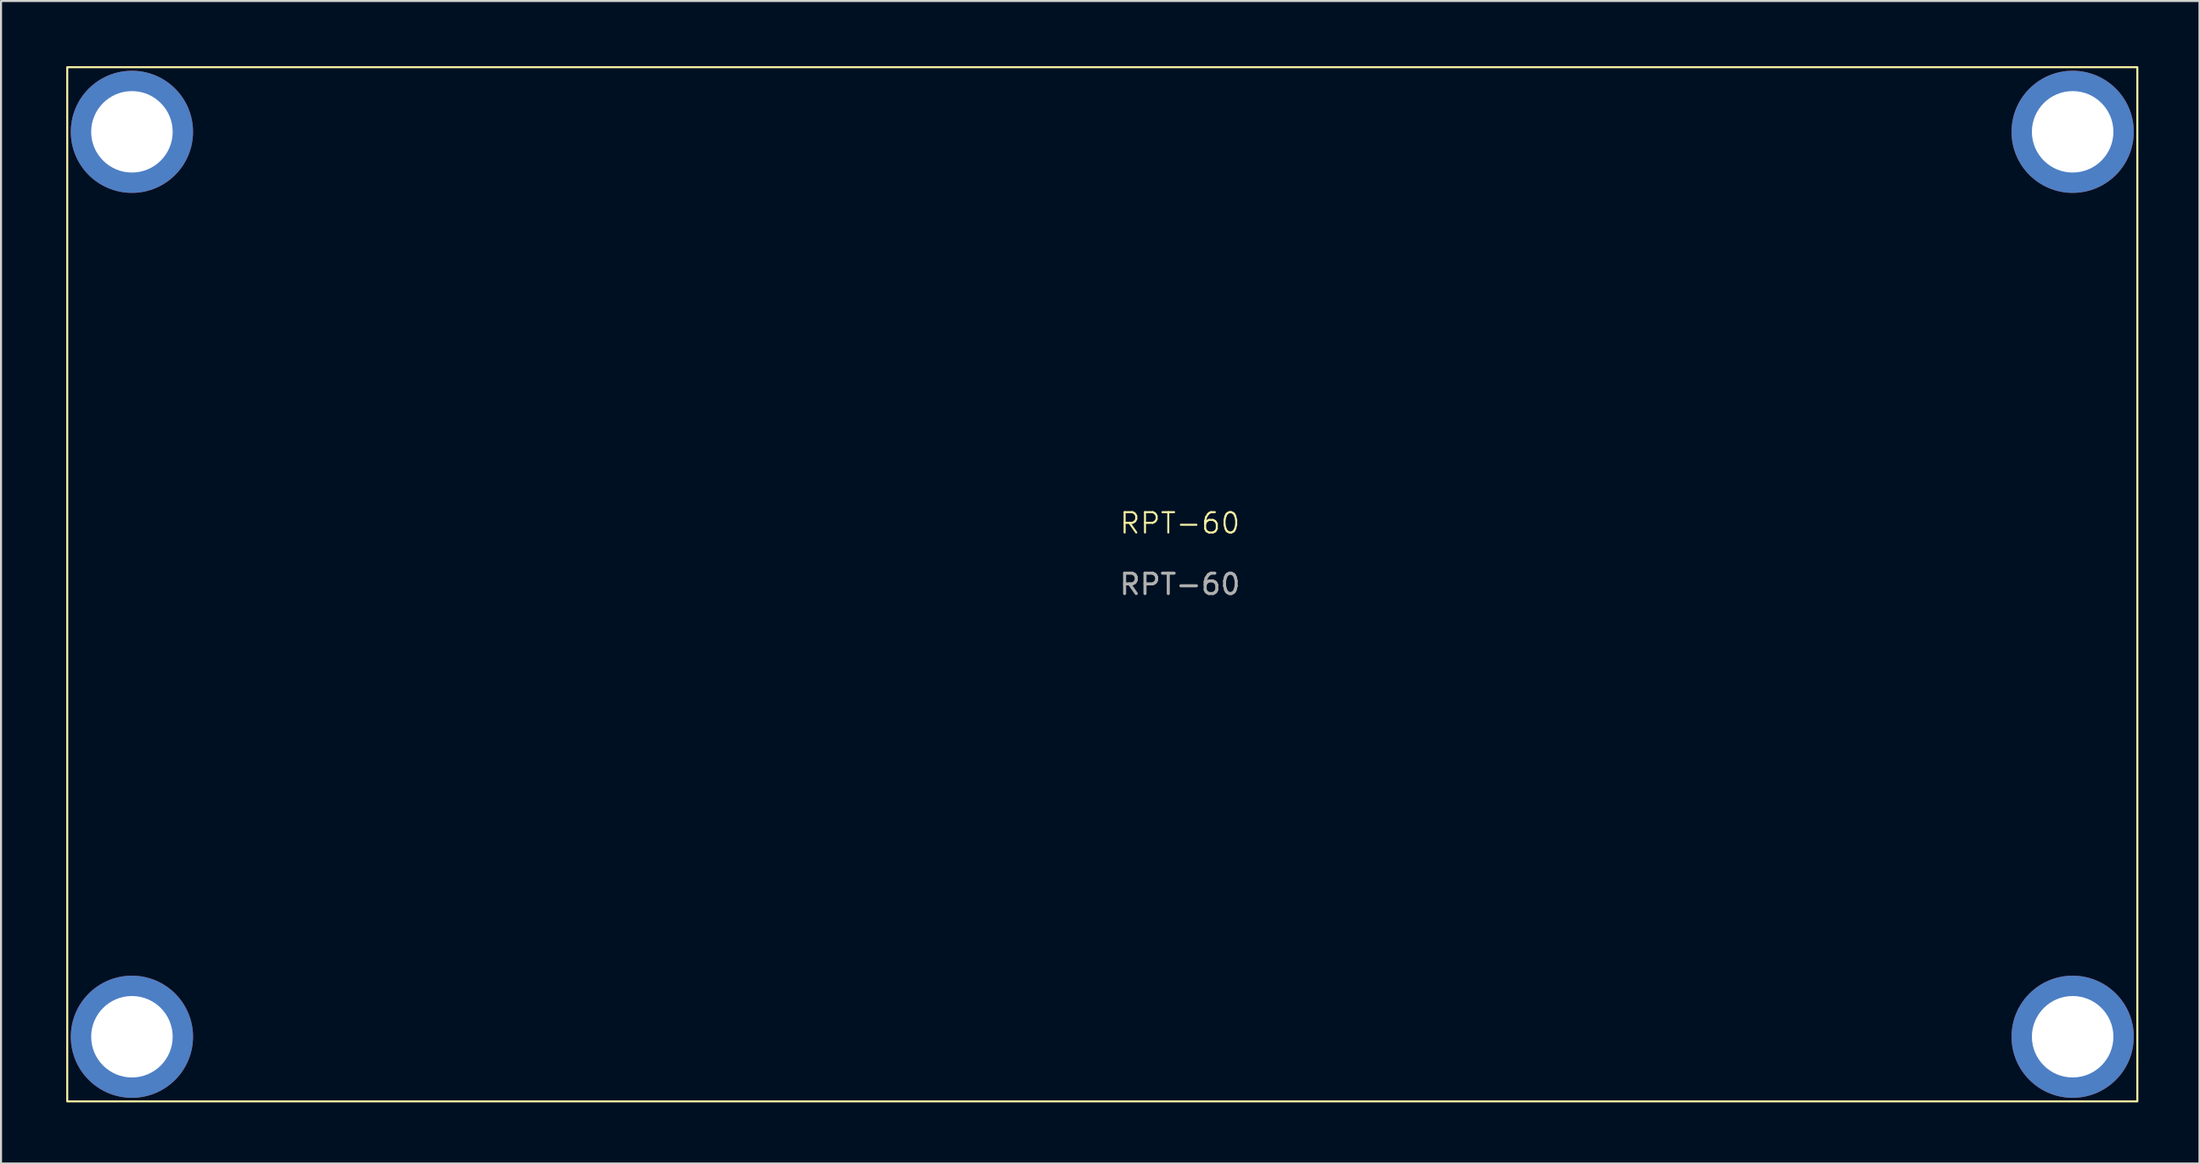
<source format=kicad_pcb>
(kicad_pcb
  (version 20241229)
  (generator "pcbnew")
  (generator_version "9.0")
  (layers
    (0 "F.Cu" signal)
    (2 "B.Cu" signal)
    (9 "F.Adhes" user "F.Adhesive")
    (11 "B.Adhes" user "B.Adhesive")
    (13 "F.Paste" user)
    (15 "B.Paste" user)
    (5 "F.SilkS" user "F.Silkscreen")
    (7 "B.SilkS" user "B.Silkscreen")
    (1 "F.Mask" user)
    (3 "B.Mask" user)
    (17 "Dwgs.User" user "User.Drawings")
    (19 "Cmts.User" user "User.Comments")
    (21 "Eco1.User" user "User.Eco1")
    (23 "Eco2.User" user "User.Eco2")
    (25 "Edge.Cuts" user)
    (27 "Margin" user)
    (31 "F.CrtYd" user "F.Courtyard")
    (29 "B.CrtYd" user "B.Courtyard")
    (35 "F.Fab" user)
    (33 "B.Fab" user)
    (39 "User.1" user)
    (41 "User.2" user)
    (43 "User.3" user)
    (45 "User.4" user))
  (footprint "RPT-60"
    (layer "F.Cu")
    (at 0.25 0.25)
    (property "Reference" "RPT-60" (at 54.61 22.4 0) (unlocked yes) (layer "F.SilkS") (effects (font (size 1 1) (thickness 0.1))))
    (attr smd)
    (fp_rect (start 0 0) (end 101.6 50.8) (stroke (width 0.1) (type default)) (fill no) (layer "F.SilkS"))
    (fp_text user "${REFERENCE}" (at 54.61 25.4 0) (unlocked yes) (layer "F.Fab") (effects (font (size 1 1) (thickness 0.15))))
    (pad "1" thru_hole circle (at 3.175 3.175) (size 6 6) (drill 4) (layers "*.Cu" "*.Mask"))
    (pad "1" thru_hole circle (at 3.175 47.625) (size 6 6) (drill 4) (layers "*.Cu" "*.Mask"))
    (pad "1" thru_hole circle (at 98.425 3.175) (size 6 6) (drill 4) (layers "*.Cu" "*.Mask"))
    (pad "1" thru_hole circle (at 98.425 47.625) (size 6 6) (drill 4) (layers "*.Cu" "*.Mask")))
  (gr_rect
    (start -3 -3)
    (end 104.9 54.1)
    (stroke (width 0.1) (type default))
    (fill no)
    (layer "Edge.Cuts")))
</source>
